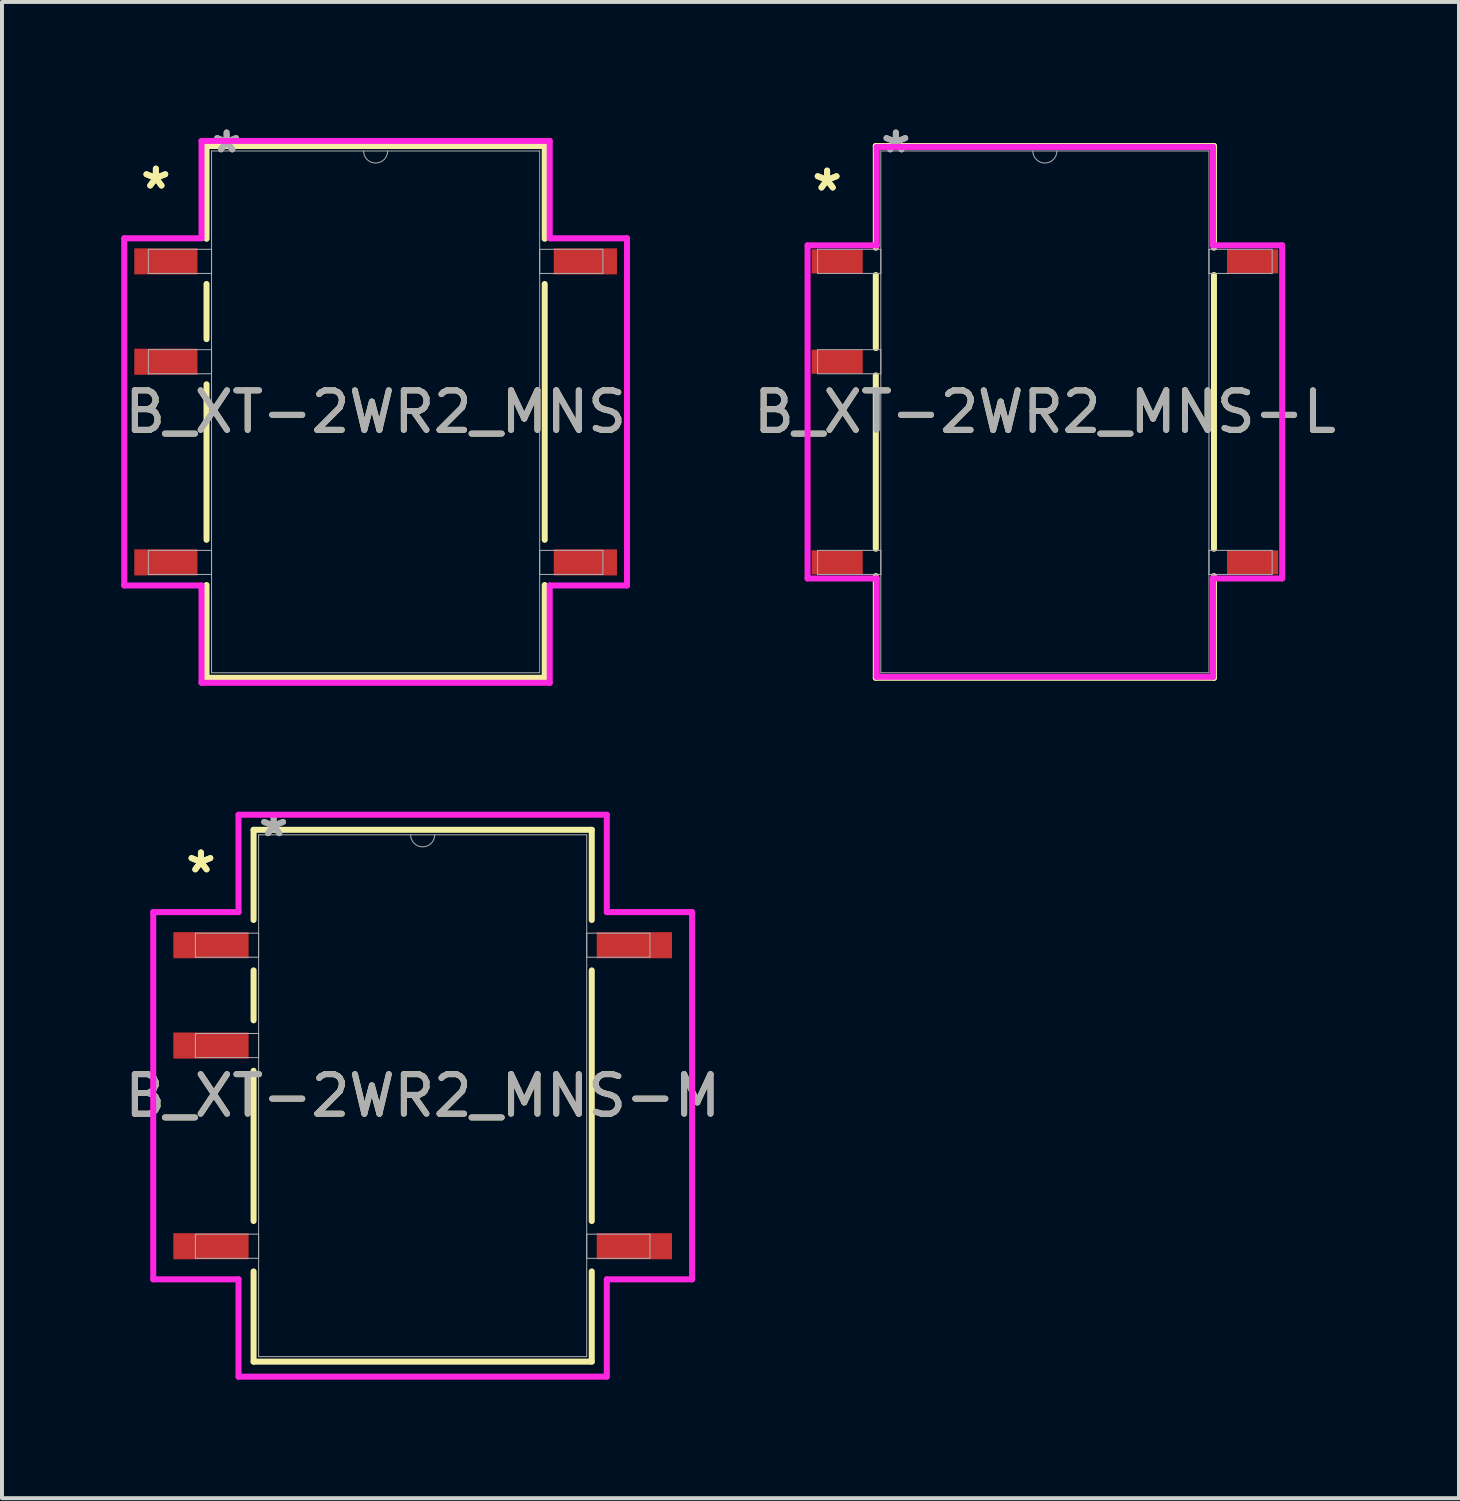
<source format=kicad_pcb>
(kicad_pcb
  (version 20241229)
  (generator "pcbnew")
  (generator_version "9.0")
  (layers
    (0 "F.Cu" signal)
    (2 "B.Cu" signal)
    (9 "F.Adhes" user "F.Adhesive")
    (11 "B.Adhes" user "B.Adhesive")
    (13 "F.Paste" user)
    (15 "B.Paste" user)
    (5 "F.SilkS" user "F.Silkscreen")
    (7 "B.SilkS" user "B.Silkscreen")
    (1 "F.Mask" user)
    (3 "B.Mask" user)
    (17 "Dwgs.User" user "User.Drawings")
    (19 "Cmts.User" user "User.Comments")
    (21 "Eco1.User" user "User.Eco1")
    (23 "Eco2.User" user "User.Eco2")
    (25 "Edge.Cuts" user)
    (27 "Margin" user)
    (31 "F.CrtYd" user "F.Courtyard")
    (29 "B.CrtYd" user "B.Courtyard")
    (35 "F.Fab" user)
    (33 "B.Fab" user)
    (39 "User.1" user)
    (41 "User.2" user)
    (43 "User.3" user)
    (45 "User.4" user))
  (footprint "B_XT-2WR2_MNS-L"
    (layer "F.Cu")
    (at 23.399 7.376)
    (property "Reference" "B_XT-2WR2_MNS-L" (at 0 0 0) (unlocked yes) (layer "F.SilkS") (effects (font (size 1 1) (thickness 0.15))))
    (attr smd)
    (fp_line (start -4.28 -6.731) (end -4.28 -4.156) (stroke (width 0.152) (type solid)) (layer "F.SilkS"))
    (fp_line (start -4.28 -3.464) (end -4.28 -1.616) (stroke (width 0.152) (type solid)) (layer "F.SilkS"))
    (fp_line (start -4.28 -0.924) (end -4.28 3.464) (stroke (width 0.152) (type solid)) (layer "F.SilkS"))
    (fp_line (start -4.28 4.156) (end -4.28 6.731) (stroke (width 0.152) (type solid)) (layer "F.SilkS"))
    (fp_line (start -4.28 6.731) (end 4.28 6.731) (stroke (width 0.152) (type solid)) (layer "F.SilkS"))
    (fp_line (start 4.28 -6.731) (end -4.28 -6.731) (stroke (width 0.152) (type solid)) (layer "F.SilkS"))
    (fp_line (start 4.28 -4.156) (end 4.28 -6.731) (stroke (width 0.152) (type solid)) (layer "F.SilkS"))
    (fp_line (start 4.28 3.464) (end 4.28 -3.464) (stroke (width 0.152) (type solid)) (layer "F.SilkS"))
    (fp_line (start 4.28 6.731) (end 4.28 4.156) (stroke (width 0.152) (type solid)) (layer "F.SilkS"))
    (fp_line (start -6.007 -4.216) (end -4.255 -4.216) (stroke (width 0.152) (type solid)) (layer "F.CrtYd"))
    (fp_line (start -6.007 4.216) (end -6.007 -4.216) (stroke (width 0.152) (type solid)) (layer "F.CrtYd"))
    (fp_line (start -6.007 4.216) (end -4.255 4.216) (stroke (width 0.152) (type solid)) (layer "F.CrtYd"))
    (fp_line (start -4.255 -6.706) (end 4.255 -6.706) (stroke (width 0.152) (type solid)) (layer "F.CrtYd"))
    (fp_line (start -4.255 -4.216) (end -4.255 -6.706) (stroke (width 0.152) (type solid)) (layer "F.CrtYd"))
    (fp_line (start -4.255 6.706) (end -4.255 4.216) (stroke (width 0.152) (type solid)) (layer "F.CrtYd"))
    (fp_line (start 4.255 -6.706) (end 4.255 -4.216) (stroke (width 0.152) (type solid)) (layer "F.CrtYd"))
    (fp_line (start 4.255 4.216) (end 4.255 6.706) (stroke (width 0.152) (type solid)) (layer "F.CrtYd"))
    (fp_line (start 4.255 6.706) (end -4.255 6.706) (stroke (width 0.152) (type solid)) (layer "F.CrtYd"))
    (fp_line (start 6.007 -4.216) (end 4.255 -4.216) (stroke (width 0.152) (type solid)) (layer "F.CrtYd"))
    (fp_line (start 6.007 -4.216) (end 6.007 4.216) (stroke (width 0.152) (type solid)) (layer "F.CrtYd"))
    (fp_line (start 6.007 4.216) (end 4.255 4.216) (stroke (width 0.152) (type solid)) (layer "F.CrtYd"))
    (fp_line (start -5.753 -4.115) (end -5.753 -3.505) (stroke (width 0.025) (type solid)) (layer "F.Fab"))
    (fp_line (start -5.753 -3.505) (end -4.153 -3.505) (stroke (width 0.025) (type solid)) (layer "F.Fab"))
    (fp_line (start -5.753 -1.575) (end -5.753 -0.965) (stroke (width 0.025) (type solid)) (layer "F.Fab"))
    (fp_line (start -5.753 -0.965) (end -4.153 -0.965) (stroke (width 0.025) (type solid)) (layer "F.Fab"))
    (fp_line (start -5.753 3.505) (end -5.753 4.115) (stroke (width 0.025) (type solid)) (layer "F.Fab"))
    (fp_line (start -5.753 4.115) (end -4.153 4.115) (stroke (width 0.025) (type solid)) (layer "F.Fab"))
    (fp_line (start -4.153 -6.604) (end -4.153 6.604) (stroke (width 0.025) (type solid)) (layer "F.Fab"))
    (fp_line (start -4.153 -4.115) (end -5.753 -4.115) (stroke (width 0.025) (type solid)) (layer "F.Fab"))
    (fp_line (start -4.153 -3.505) (end -4.153 -4.115) (stroke (width 0.025) (type solid)) (layer "F.Fab"))
    (fp_line (start -4.153 -1.575) (end -5.753 -1.575) (stroke (width 0.025) (type solid)) (layer "F.Fab"))
    (fp_line (start -4.153 -0.965) (end -4.153 -1.575) (stroke (width 0.025) (type solid)) (layer "F.Fab"))
    (fp_line (start -4.153 3.505) (end -5.753 3.505) (stroke (width 0.025) (type solid)) (layer "F.Fab"))
    (fp_line (start -4.153 4.115) (end -4.153 3.505) (stroke (width 0.025) (type solid)) (layer "F.Fab"))
    (fp_line (start -4.153 6.604) (end 4.153 6.604) (stroke (width 0.025) (type solid)) (layer "F.Fab"))
    (fp_line (start 4.153 -6.604) (end -4.153 -6.604) (stroke (width 0.025) (type solid)) (layer "F.Fab"))
    (fp_line (start 4.153 -4.115) (end 4.153 -3.505) (stroke (width 0.025) (type solid)) (layer "F.Fab"))
    (fp_line (start 4.153 -3.505) (end 5.753 -3.505) (stroke (width 0.025) (type solid)) (layer "F.Fab"))
    (fp_line (start 4.153 3.505) (end 4.153 4.115) (stroke (width 0.025) (type solid)) (layer "F.Fab"))
    (fp_line (start 4.153 4.115) (end 5.753 4.115) (stroke (width 0.025) (type solid)) (layer "F.Fab"))
    (fp_line (start 4.153 6.604) (end 4.153 -6.604) (stroke (width 0.025) (type solid)) (layer "F.Fab"))
    (fp_line (start 5.753 -4.115) (end 4.153 -4.115) (stroke (width 0.025) (type solid)) (layer "F.Fab"))
    (fp_line (start 5.753 -3.505) (end 5.753 -4.115) (stroke (width 0.025) (type solid)) (layer "F.Fab"))
    (fp_line (start 5.753 3.505) (end 4.153 3.505) (stroke (width 0.025) (type solid)) (layer "F.Fab"))
    (fp_line (start 5.753 4.115) (end 5.753 3.505) (stroke (width 0.025) (type solid)) (layer "F.Fab"))
    (fp_arc (start 0.3048 -6.604) (mid 0 -6.2992) (end -0.3048 -6.604) (stroke (width 0.0254) (type solid)) (layer "F.Fab"))
    (fp_text user "*" (at -5.512 -5.563 0) (layer "F.SilkS") (effects (font (size 1 1) (thickness 0.15))))
    (fp_text user "*" (at -5.512 -5.563 0) (unlocked yes) (layer "F.SilkS") (effects (font (size 1 1) (thickness 0.15))))
    (fp_text user "*" (at -3.772 -6.528 0) (unlocked yes) (layer "F.Fab") (effects (font (size 1 1) (thickness 0.15))))
    (fp_text user "*" (at -3.772 -6.528 0) (layer "F.Fab") (effects (font (size 1 1) (thickness 0.15))))
    (fp_text user "${REFERENCE}" (at 0 0 0) (unlocked yes) (layer "F.Fab") (effects (font (size 1 1) (thickness 0.15))))
    (pad "1" smd rect (at -5.258 -3.81) (size 1.295 0.61) (layers "F.Cu" "F.Mask" "F.Paste"))
    (pad "2" smd rect (at -5.258 -1.27) (size 1.295 0.61) (layers "F.Cu" "F.Mask" "F.Paste"))
    (pad "4" smd rect (at -5.258 3.81) (size 1.295 0.61) (layers "F.Cu" "F.Mask" "F.Paste"))
    (pad "5" smd rect (at 5.258 3.81) (size 1.295 0.61) (layers "F.Cu" "F.Mask" "F.Paste"))
    (pad "8" smd rect (at 5.258 -3.81) (size 1.295 0.61) (layers "F.Cu" "F.Mask" "F.Paste")))
  (footprint "B_XT-2WR2_MNS-M"
    (layer "F.Cu")
    (at 7.649 24.686)
    (property "Reference" "B_XT-2WR2_MNS-M" (at 0 0 0) (unlocked yes) (layer "F.SilkS") (effects (font (size 1 1) (thickness 0.15))))
    (attr smd)
    (fp_line (start -4.28 -6.731) (end -4.28 -4.448) (stroke (width 0.152) (type solid)) (layer "F.SilkS"))
    (fp_line (start -4.28 -3.172) (end -4.28 -1.908) (stroke (width 0.152) (type solid)) (layer "F.SilkS"))
    (fp_line (start -4.28 -0.632) (end -4.28 3.172) (stroke (width 0.152) (type solid)) (layer "F.SilkS"))
    (fp_line (start -4.28 4.448) (end -4.28 6.731) (stroke (width 0.152) (type solid)) (layer "F.SilkS"))
    (fp_line (start -4.28 6.731) (end 4.28 6.731) (stroke (width 0.152) (type solid)) (layer "F.SilkS"))
    (fp_line (start 4.28 -6.731) (end -4.28 -6.731) (stroke (width 0.152) (type solid)) (layer "F.SilkS"))
    (fp_line (start 4.28 -4.448) (end 4.28 -6.731) (stroke (width 0.152) (type solid)) (layer "F.SilkS"))
    (fp_line (start 4.28 3.172) (end 4.28 -3.172) (stroke (width 0.152) (type solid)) (layer "F.SilkS"))
    (fp_line (start 4.28 6.731) (end 4.28 4.448) (stroke (width 0.152) (type solid)) (layer "F.SilkS"))
    (fp_line (start -6.82 -4.648) (end -4.661 -4.648) (stroke (width 0.152) (type solid)) (layer "F.CrtYd"))
    (fp_line (start -6.82 4.648) (end -6.82 -4.648) (stroke (width 0.152) (type solid)) (layer "F.CrtYd"))
    (fp_line (start -6.82 4.648) (end -4.661 4.648) (stroke (width 0.152) (type solid)) (layer "F.CrtYd"))
    (fp_line (start -4.661 -7.112) (end 4.661 -7.112) (stroke (width 0.152) (type solid)) (layer "F.CrtYd"))
    (fp_line (start -4.661 -4.648) (end -4.661 -7.112) (stroke (width 0.152) (type solid)) (layer "F.CrtYd"))
    (fp_line (start -4.661 7.112) (end -4.661 4.648) (stroke (width 0.152) (type solid)) (layer "F.CrtYd"))
    (fp_line (start 4.661 -7.112) (end 4.661 -4.648) (stroke (width 0.152) (type solid)) (layer "F.CrtYd"))
    (fp_line (start 4.661 4.648) (end 4.661 7.112) (stroke (width 0.152) (type solid)) (layer "F.CrtYd"))
    (fp_line (start 4.661 7.112) (end -4.661 7.112) (stroke (width 0.152) (type solid)) (layer "F.CrtYd"))
    (fp_line (start 6.82 -4.648) (end 4.661 -4.648) (stroke (width 0.152) (type solid)) (layer "F.CrtYd"))
    (fp_line (start 6.82 -4.648) (end 6.82 4.648) (stroke (width 0.152) (type solid)) (layer "F.CrtYd"))
    (fp_line (start 6.82 4.648) (end 4.661 4.648) (stroke (width 0.152) (type solid)) (layer "F.CrtYd"))
    (fp_line (start -5.753 -4.115) (end -5.753 -3.505) (stroke (width 0.025) (type solid)) (layer "F.Fab"))
    (fp_line (start -5.753 -3.505) (end -4.153 -3.505) (stroke (width 0.025) (type solid)) (layer "F.Fab"))
    (fp_line (start -5.753 -1.575) (end -5.753 -0.965) (stroke (width 0.025) (type solid)) (layer "F.Fab"))
    (fp_line (start -5.753 -0.965) (end -4.153 -0.965) (stroke (width 0.025) (type solid)) (layer "F.Fab"))
    (fp_line (start -5.753 3.505) (end -5.753 4.115) (stroke (width 0.025) (type solid)) (layer "F.Fab"))
    (fp_line (start -5.753 4.115) (end -4.153 4.115) (stroke (width 0.025) (type solid)) (layer "F.Fab"))
    (fp_line (start -4.153 -6.604) (end -4.153 6.604) (stroke (width 0.025) (type solid)) (layer "F.Fab"))
    (fp_line (start -4.153 -4.115) (end -5.753 -4.115) (stroke (width 0.025) (type solid)) (layer "F.Fab"))
    (fp_line (start -4.153 -3.505) (end -4.153 -4.115) (stroke (width 0.025) (type solid)) (layer "F.Fab"))
    (fp_line (start -4.153 -1.575) (end -5.753 -1.575) (stroke (width 0.025) (type solid)) (layer "F.Fab"))
    (fp_line (start -4.153 -0.965) (end -4.153 -1.575) (stroke (width 0.025) (type solid)) (layer "F.Fab"))
    (fp_line (start -4.153 3.505) (end -5.753 3.505) (stroke (width 0.025) (type solid)) (layer "F.Fab"))
    (fp_line (start -4.153 4.115) (end -4.153 3.505) (stroke (width 0.025) (type solid)) (layer "F.Fab"))
    (fp_line (start -4.153 6.604) (end 4.153 6.604) (stroke (width 0.025) (type solid)) (layer "F.Fab"))
    (fp_line (start 4.153 -6.604) (end -4.153 -6.604) (stroke (width 0.025) (type solid)) (layer "F.Fab"))
    (fp_line (start 4.153 -4.115) (end 4.153 -3.505) (stroke (width 0.025) (type solid)) (layer "F.Fab"))
    (fp_line (start 4.153 -3.505) (end 5.753 -3.505) (stroke (width 0.025) (type solid)) (layer "F.Fab"))
    (fp_line (start 4.153 3.505) (end 4.153 4.115) (stroke (width 0.025) (type solid)) (layer "F.Fab"))
    (fp_line (start 4.153 4.115) (end 5.753 4.115) (stroke (width 0.025) (type solid)) (layer "F.Fab"))
    (fp_line (start 4.153 6.604) (end 4.153 -6.604) (stroke (width 0.025) (type solid)) (layer "F.Fab"))
    (fp_line (start 5.753 -4.115) (end 4.153 -4.115) (stroke (width 0.025) (type solid)) (layer "F.Fab"))
    (fp_line (start 5.753 -3.505) (end 5.753 -4.115) (stroke (width 0.025) (type solid)) (layer "F.Fab"))
    (fp_line (start 5.753 3.505) (end 4.153 3.505) (stroke (width 0.025) (type solid)) (layer "F.Fab"))
    (fp_line (start 5.753 4.115) (end 5.753 3.505) (stroke (width 0.025) (type solid)) (layer "F.Fab"))
    (fp_arc (start 0.3048 -6.604) (mid 0 -6.2992) (end -0.3048 -6.604) (stroke (width 0.0254) (type solid)) (layer "F.Fab"))
    (fp_text user "*" (at -5.613 -5.613 0) (layer "F.SilkS") (effects (font (size 1 1) (thickness 0.15))))
    (fp_text user "*" (at -5.613 -5.613 0) (unlocked yes) (layer "F.SilkS") (effects (font (size 1 1) (thickness 0.15))))
    (fp_text user "*" (at -3.772 -6.528 0) (unlocked yes) (layer "F.Fab") (effects (font (size 1 1) (thickness 0.15))))
    (fp_text user "*" (at -3.772 -6.528 0) (layer "F.Fab") (effects (font (size 1 1) (thickness 0.15))))
    (fp_text user "${REFERENCE}" (at 0 0 0) (unlocked yes) (layer "F.Fab") (effects (font (size 1 1) (thickness 0.15))))
    (pad "1" smd rect (at -5.359 -3.81) (size 1.905 0.66) (layers "F.Cu" "F.Mask" "F.Paste"))
    (pad "2" smd rect (at -5.359 -1.27) (size 1.905 0.66) (layers "F.Cu" "F.Mask" "F.Paste"))
    (pad "4" smd rect (at -5.359 3.81) (size 1.905 0.66) (layers "F.Cu" "F.Mask" "F.Paste"))
    (pad "5" smd rect (at 5.359 3.81) (size 1.905 0.66) (layers "F.Cu" "F.Mask" "F.Paste"))
    (pad "8" smd rect (at 5.359 -3.81) (size 1.905 0.66) (layers "F.Cu" "F.Mask" "F.Paste")))
  (footprint "B_XT-2WR2_MNS"
    (layer "F.Cu")
    (at 6.458 7.376)
    (property "Reference" "B_XT-2WR2_MNS" (at 0 0 0) (unlocked yes) (layer "F.SilkS") (effects (font (size 1 1) (thickness 0.15))))
    (attr smd)
    (fp_line (start -4.28 -6.731) (end -4.28 -4.382) (stroke (width 0.152) (type solid)) (layer "F.SilkS"))
    (fp_line (start -4.28 -3.238) (end -4.28 -1.842) (stroke (width 0.152) (type solid)) (layer "F.SilkS"))
    (fp_line (start -4.28 -0.698) (end -4.28 3.238) (stroke (width 0.152) (type solid)) (layer "F.SilkS"))
    (fp_line (start -4.28 4.382) (end -4.28 6.731) (stroke (width 0.152) (type solid)) (layer "F.SilkS"))
    (fp_line (start -4.28 6.731) (end 4.28 6.731) (stroke (width 0.152) (type solid)) (layer "F.SilkS"))
    (fp_line (start 4.28 -6.731) (end -4.28 -6.731) (stroke (width 0.152) (type solid)) (layer "F.SilkS"))
    (fp_line (start 4.28 -4.382) (end 4.28 -6.731) (stroke (width 0.152) (type solid)) (layer "F.SilkS"))
    (fp_line (start 4.28 3.238) (end 4.28 -3.238) (stroke (width 0.152) (type solid)) (layer "F.SilkS"))
    (fp_line (start 4.28 6.731) (end 4.28 4.382) (stroke (width 0.152) (type solid)) (layer "F.SilkS"))
    (fp_line (start -6.363 -4.394) (end -4.407 -4.394) (stroke (width 0.152) (type solid)) (layer "F.CrtYd"))
    (fp_line (start -6.363 4.394) (end -6.363 -4.394) (stroke (width 0.152) (type solid)) (layer "F.CrtYd"))
    (fp_line (start -6.363 4.394) (end -4.407 4.394) (stroke (width 0.152) (type solid)) (layer "F.CrtYd"))
    (fp_line (start -4.407 -6.858) (end 4.407 -6.858) (stroke (width 0.152) (type solid)) (layer "F.CrtYd"))
    (fp_line (start -4.407 -4.394) (end -4.407 -6.858) (stroke (width 0.152) (type solid)) (layer "F.CrtYd"))
    (fp_line (start -4.407 6.858) (end -4.407 4.394) (stroke (width 0.152) (type solid)) (layer "F.CrtYd"))
    (fp_line (start 4.407 -6.858) (end 4.407 -4.394) (stroke (width 0.152) (type solid)) (layer "F.CrtYd"))
    (fp_line (start 4.407 4.394) (end 4.407 6.858) (stroke (width 0.152) (type solid)) (layer "F.CrtYd"))
    (fp_line (start 4.407 6.858) (end -4.407 6.858) (stroke (width 0.152) (type solid)) (layer "F.CrtYd"))
    (fp_line (start 6.363 -4.394) (end 4.407 -4.394) (stroke (width 0.152) (type solid)) (layer "F.CrtYd"))
    (fp_line (start 6.363 -4.394) (end 6.363 4.394) (stroke (width 0.152) (type solid)) (layer "F.CrtYd"))
    (fp_line (start 6.363 4.394) (end 4.407 4.394) (stroke (width 0.152) (type solid)) (layer "F.CrtYd"))
    (fp_line (start -5.753 -4.115) (end -5.753 -3.505) (stroke (width 0.025) (type solid)) (layer "F.Fab"))
    (fp_line (start -5.753 -3.505) (end -4.153 -3.505) (stroke (width 0.025) (type solid)) (layer "F.Fab"))
    (fp_line (start -5.753 -1.575) (end -5.753 -0.965) (stroke (width 0.025) (type solid)) (layer "F.Fab"))
    (fp_line (start -5.753 -0.965) (end -4.153 -0.965) (stroke (width 0.025) (type solid)) (layer "F.Fab"))
    (fp_line (start -5.753 3.505) (end -5.753 4.115) (stroke (width 0.025) (type solid)) (layer "F.Fab"))
    (fp_line (start -5.753 4.115) (end -4.153 4.115) (stroke (width 0.025) (type solid)) (layer "F.Fab"))
    (fp_line (start -4.153 -6.604) (end -4.153 6.604) (stroke (width 0.025) (type solid)) (layer "F.Fab"))
    (fp_line (start -4.153 -4.115) (end -5.753 -4.115) (stroke (width 0.025) (type solid)) (layer "F.Fab"))
    (fp_line (start -4.153 -3.505) (end -4.153 -4.115) (stroke (width 0.025) (type solid)) (layer "F.Fab"))
    (fp_line (start -4.153 -1.575) (end -5.753 -1.575) (stroke (width 0.025) (type solid)) (layer "F.Fab"))
    (fp_line (start -4.153 -0.965) (end -4.153 -1.575) (stroke (width 0.025) (type solid)) (layer "F.Fab"))
    (fp_line (start -4.153 3.505) (end -5.753 3.505) (stroke (width 0.025) (type solid)) (layer "F.Fab"))
    (fp_line (start -4.153 4.115) (end -4.153 3.505) (stroke (width 0.025) (type solid)) (layer "F.Fab"))
    (fp_line (start -4.153 6.604) (end 4.153 6.604) (stroke (width 0.025) (type solid)) (layer "F.Fab"))
    (fp_line (start 4.153 -6.604) (end -4.153 -6.604) (stroke (width 0.025) (type solid)) (layer "F.Fab"))
    (fp_line (start 4.153 -4.115) (end 4.153 -3.505) (stroke (width 0.025) (type solid)) (layer "F.Fab"))
    (fp_line (start 4.153 -3.505) (end 5.753 -3.505) (stroke (width 0.025) (type solid)) (layer "F.Fab"))
    (fp_line (start 4.153 3.505) (end 4.153 4.115) (stroke (width 0.025) (type solid)) (layer "F.Fab"))
    (fp_line (start 4.153 4.115) (end 5.753 4.115) (stroke (width 0.025) (type solid)) (layer "F.Fab"))
    (fp_line (start 4.153 6.604) (end 4.153 -6.604) (stroke (width 0.025) (type solid)) (layer "F.Fab"))
    (fp_line (start 5.753 -4.115) (end 4.153 -4.115) (stroke (width 0.025) (type solid)) (layer "F.Fab"))
    (fp_line (start 5.753 -3.505) (end 5.753 -4.115) (stroke (width 0.025) (type solid)) (layer "F.Fab"))
    (fp_line (start 5.753 3.505) (end 4.153 3.505) (stroke (width 0.025) (type solid)) (layer "F.Fab"))
    (fp_line (start 5.753 4.115) (end 5.753 3.505) (stroke (width 0.025) (type solid)) (layer "F.Fab"))
    (fp_arc (start 0.3048 -6.604) (mid 0 -6.2992) (end -0.3048 -6.604) (stroke (width 0.0254) (type solid)) (layer "F.Fab"))
    (fp_text user "*" (at -5.563 -5.613 0) (layer "F.SilkS") (effects (font (size 1 1) (thickness 0.15))))
    (fp_text user "*" (at -5.563 -5.613 0) (unlocked yes) (layer "F.SilkS") (effects (font (size 1 1) (thickness 0.15))))
    (fp_text user "*" (at -3.772 -6.528 0) (layer "F.Fab") (effects (font (size 1 1) (thickness 0.15))))
    (fp_text user "${REFERENCE}" (at 0 0 0) (unlocked yes) (layer "F.Fab") (effects (font (size 1 1) (thickness 0.15))))
    (fp_text user "*" (at -3.772 -6.528 0) (unlocked yes) (layer "F.Fab") (effects (font (size 1 1) (thickness 0.15))))
    (pad "1" smd rect (at -5.309 -3.81) (size 1.6 0.66) (layers "F.Cu" "F.Mask" "F.Paste"))
    (pad "2" smd rect (at -5.309 -1.27) (size 1.6 0.66) (layers "F.Cu" "F.Mask" "F.Paste"))
    (pad "4" smd rect (at -5.309 3.81) (size 1.6 0.66) (layers "F.Cu" "F.Mask" "F.Paste"))
    (pad "5" smd rect (at 5.309 3.81) (size 1.6 0.66) (layers "F.Cu" "F.Mask" "F.Paste"))
    (pad "8" smd rect (at 5.309 -3.81) (size 1.6 0.66) (layers "F.Cu" "F.Mask" "F.Paste")))
  (gr_rect
    (start -3 -3)
    (end 33.881 34.874)
    (stroke (width 0.1) (type default))
    (fill no)
    (layer "Edge.Cuts")))
</source>
